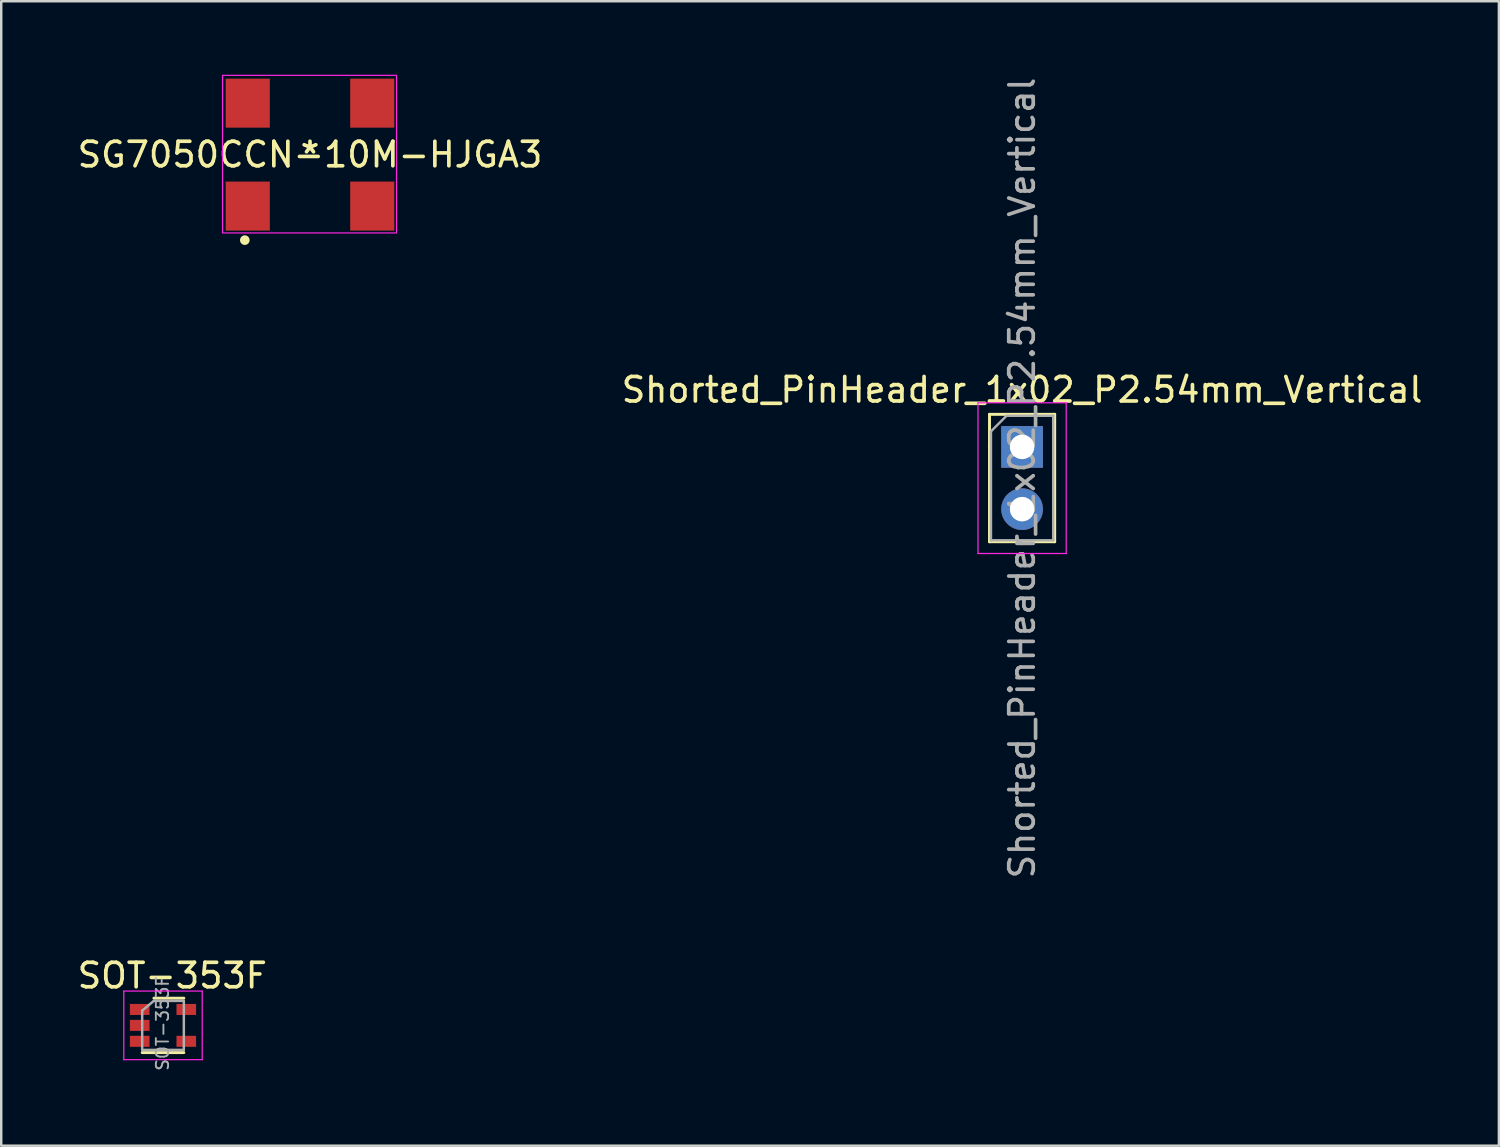
<source format=kicad_pcb>
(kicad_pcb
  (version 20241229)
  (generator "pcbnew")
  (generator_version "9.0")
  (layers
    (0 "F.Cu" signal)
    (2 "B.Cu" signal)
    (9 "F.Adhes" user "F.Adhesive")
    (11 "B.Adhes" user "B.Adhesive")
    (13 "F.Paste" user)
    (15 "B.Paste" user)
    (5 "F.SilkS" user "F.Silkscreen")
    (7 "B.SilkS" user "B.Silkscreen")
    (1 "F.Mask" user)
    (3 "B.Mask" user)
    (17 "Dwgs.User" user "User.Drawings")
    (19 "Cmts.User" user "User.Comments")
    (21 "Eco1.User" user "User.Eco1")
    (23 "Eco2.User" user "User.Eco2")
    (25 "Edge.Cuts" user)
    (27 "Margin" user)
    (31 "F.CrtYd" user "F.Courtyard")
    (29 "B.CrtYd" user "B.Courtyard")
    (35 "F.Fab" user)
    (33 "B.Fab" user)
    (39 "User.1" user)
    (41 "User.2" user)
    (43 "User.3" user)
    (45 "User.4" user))
  (footprint "SG7050CCN-10M-HJGA3"
    (layer "F.Cu")
    (at 9.601 3.26)
    (property "Reference" "SG7050CCN-10M-HJGA3" (at 0 0 180) (layer "F.SilkS") (effects (font (size 1 1) (thickness 0.15))))
    (attr smd)
    (fp_circle (center -2.66 3.49) (end -2.78 3.49) (stroke (width 0.152) (type solid)) (fill yes) (layer "F.SilkS"))
    (fp_rect (start 3.53 3.195) (end -3.57 -3.235) (stroke (width 0.05) (type default)) (fill no) (layer "F.CrtYd"))
    (fp_text user "*" (at 0 0 180) (layer "F.SilkS") (effects (font (size 1 1) (thickness 0.15))))
    (fp_text user " " (at -0.68 -0.04 180) (layer "F.Fab") (effects (font (size 1 1) (thickness 0.15))))
    (pad "1" smd rect (at -2.54 2.1 180) (size 1.8 2) (layers "F.Cu" "F.Mask" "F.Paste"))
    (pad "2" smd rect (at 2.54 2.1 180) (size 1.8 2) (layers "F.Cu" "F.Mask" "F.Paste"))
    (pad "3" smd rect (at 2.54 -2.1 180) (size 1.8 2) (layers "F.Cu" "F.Mask" "F.Paste"))
    (pad "4" smd rect (at -2.54 -2.1 180) (size 1.8 2) (layers "F.Cu" "F.Mask" "F.Paste")))
  (footprint "Shorted_PinHeader_1x02_P2.54mm_Vertical"
    (layer "F.Cu")
    (at 38.661 15.188)
    (property "Reference" "Shorted_PinHeader_1x02_P2.54mm_Vertical" (at 0 -2.33 0) (layer "F.SilkS") (effects (font (size 1 1) (thickness 0.15))))
    (attr through_hole)
    (fp_line (start -1.33 -1.33) (end 1.33 -1.33) (stroke (width 0.12) (type solid)) (layer "F.SilkS"))
    (fp_line (start -1.33 0) (end -1.33 -1.33) (stroke (width 0.12) (type solid)) (layer "F.SilkS"))
    (fp_line (start -1.33 0) (end -1.33 3.87) (stroke (width 0.12) (type solid)) (layer "F.SilkS"))
    (fp_line (start -1.33 3.87) (end 1.33 3.87) (stroke (width 0.12) (type solid)) (layer "F.SilkS"))
    (fp_line (start 1.33 -1.33) (end 1.33 3.87) (stroke (width 0.12) (type solid)) (layer "F.SilkS"))
    (fp_line (start -1.8 -1.8) (end -1.8 4.35) (stroke (width 0.05) (type solid)) (layer "F.CrtYd"))
    (fp_line (start -1.8 4.35) (end 1.8 4.35) (stroke (width 0.05) (type solid)) (layer "F.CrtYd"))
    (fp_line (start 1.8 -1.8) (end -1.8 -1.8) (stroke (width 0.05) (type solid)) (layer "F.CrtYd"))
    (fp_line (start 1.8 4.35) (end 1.8 -1.8) (stroke (width 0.05) (type solid)) (layer "F.CrtYd"))
    (fp_line (start -1.27 -0.635) (end -0.635 -1.27) (stroke (width 0.1) (type solid)) (layer "F.Fab"))
    (fp_line (start -1.27 3.81) (end -1.27 -0.635) (stroke (width 0.1) (type solid)) (layer "F.Fab"))
    (fp_line (start -0.635 -1.27) (end 1.27 -1.27) (stroke (width 0.1) (type solid)) (layer "F.Fab"))
    (fp_line (start 1.27 -1.27) (end 1.27 3.81) (stroke (width 0.1) (type solid)) (layer "F.Fab"))
    (fp_line (start 1.27 3.81) (end -1.27 3.81) (stroke (width 0.1) (type solid)) (layer "F.Fab"))
    (fp_text user "${REFERENCE}" (at 0 1.27 90) (layer "F.Fab") (effects (font (size 1 1) (thickness 0.15))))
    (pad "1" thru_hole rect (at 0 0) (size 1.7 1.7) (drill 1) (layers "*.Cu" "*.Mask"))
    (pad "2" thru_hole oval (at 0 2.54) (size 1.7 1.7) (drill 1) (layers "*.Cu" "*.Mask")))
  (footprint "SOT-353F"
    (layer "F.Cu")
    (at 3.602 38.795)
    (property "Reference" "SOT-353F" (at 0.38 -2.03 0) (unlocked yes) (layer "F.SilkS") (effects (font (size 1 1) (thickness 0.15))))
    (attr smd)
    (fp_line (start -0.37 -1.11) (end 0.85 -1.11) (stroke (width 0.12) (type solid)) (layer "F.SilkS"))
    (fp_line (start 0.85 1.11) (end -0.85 1.11) (stroke (width 0.12) (type solid)) (layer "F.SilkS"))
    (fp_line (start -1.6 -1.4) (end -1.6 1.4) (stroke (width 0.05) (type solid)) (layer "F.CrtYd"))
    (fp_line (start -1.6 -1.4) (end 1.6 -1.4) (stroke (width 0.05) (type solid)) (layer "F.CrtYd"))
    (fp_line (start -1.6 1.4) (end 1.6 1.4) (stroke (width 0.05) (type solid)) (layer "F.CrtYd"))
    (fp_line (start 1.6 1.4) (end 1.6 -1.4) (stroke (width 0.05) (type solid)) (layer "F.CrtYd"))
    (fp_line (start -0.85 -0.6) (end -0.85 1) (stroke (width 0.1) (type solid)) (layer "F.Fab"))
    (fp_line (start -0.375 -1) (end -0.85 -0.6) (stroke (width 0.1) (type solid)) (layer "F.Fab"))
    (fp_line (start 0.85 -1) (end -0.375 -1) (stroke (width 0.1) (type solid)) (layer "F.Fab"))
    (fp_line (start 0.85 -1) (end 0.85 1) (stroke (width 0.1) (type solid)) (layer "F.Fab"))
    (fp_line (start 0.85 1) (end -0.85 1) (stroke (width 0.1) (type solid)) (layer "F.Fab"))
    (fp_text user "${REFERENCE}" (at -0.02 -0.08 90) (layer "F.Fab") (effects (font (size 0.5 0.5) (thickness 0.075))))
    (pad "1" smd rect (at -0.95 -0.65) (size 0.8 0.45) (layers "F.Cu" "F.Mask" "F.Paste"))
    (pad "2" smd rect (at -0.95 0) (size 0.8 0.45) (layers "F.Cu" "F.Mask" "F.Paste"))
    (pad "3" smd rect (at -0.95 0.65) (size 0.8 0.45) (layers "F.Cu" "F.Mask" "F.Paste"))
    (pad "4" smd rect (at 0.95 0.65) (size 0.8 0.45) (layers "F.Cu" "F.Mask" "F.Paste"))
    (pad "5" smd rect (at 0.95 -0.65) (size 0.8 0.45) (layers "F.Cu" "F.Mask" "F.Paste")))
  (gr_rect
    (start -3 -3)
    (end 58.119 43.706)
    (stroke (width 0.1) (type default))
    (fill no)
    (layer "Edge.Cuts")))
</source>
